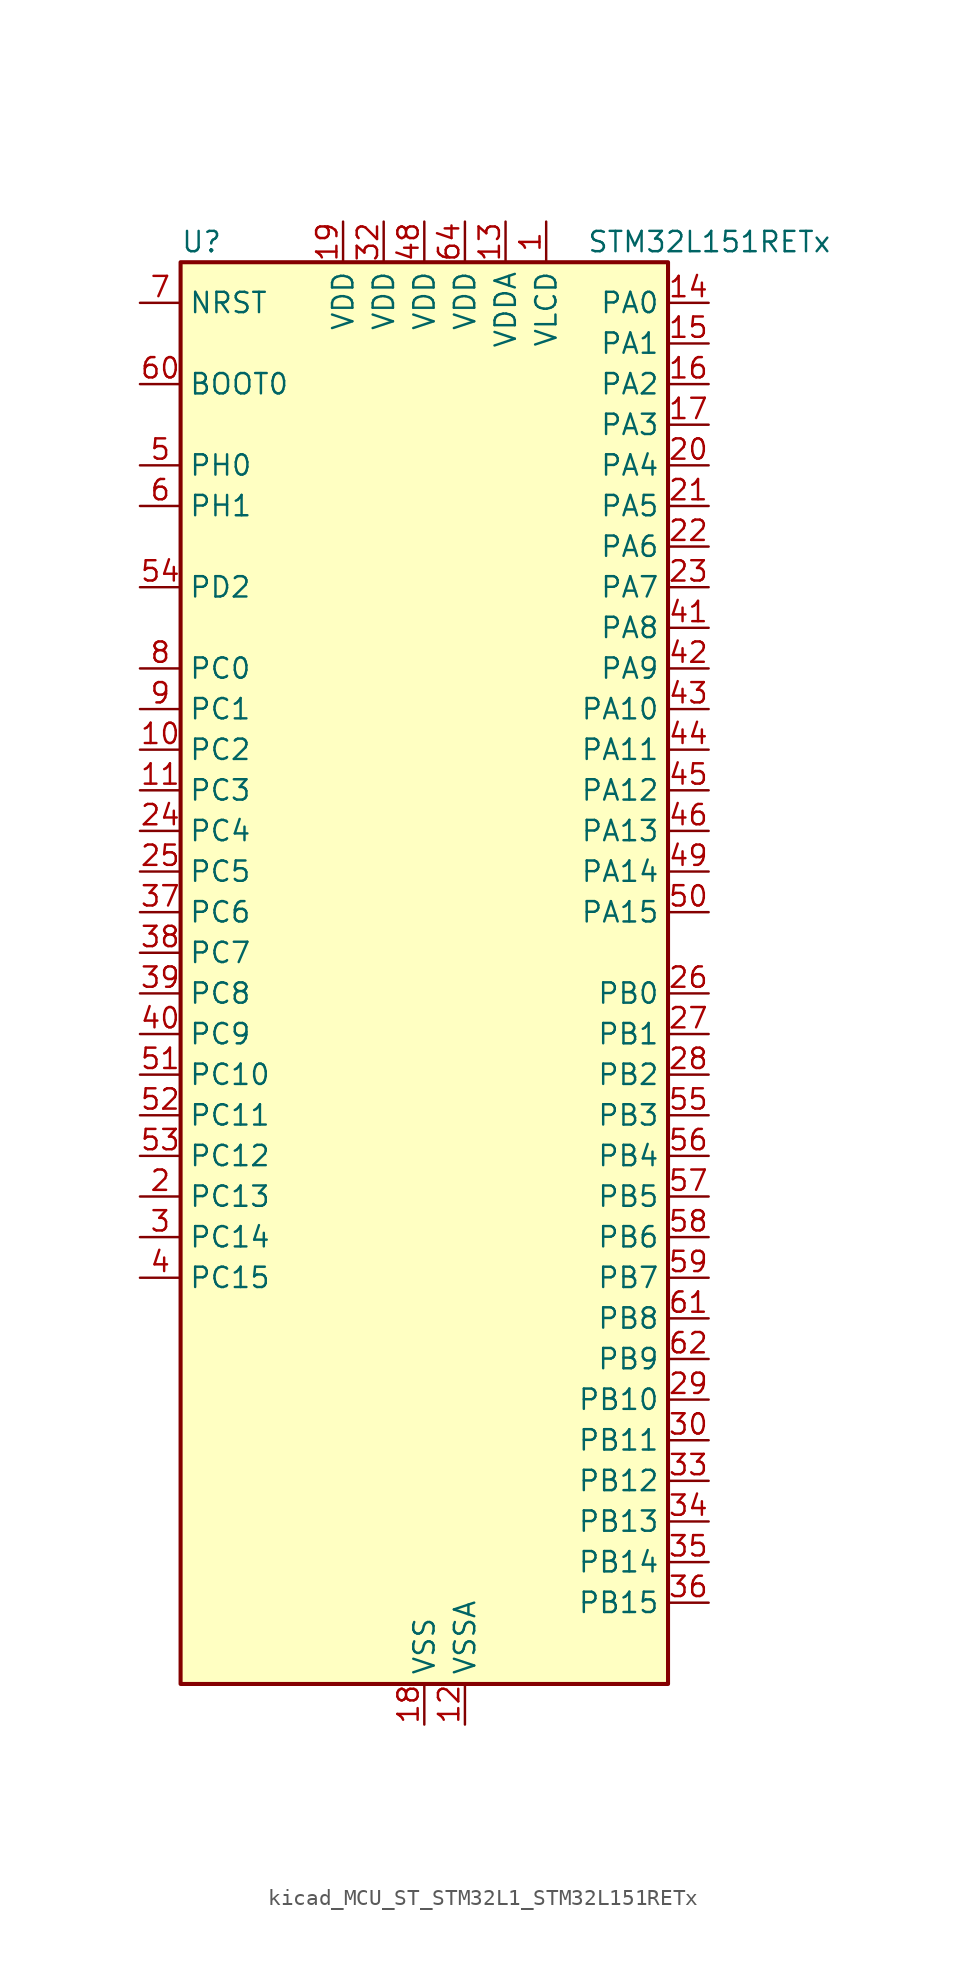
<source format=kicad_sym>
(kicad_symbol_lib
  (version 20220914)
  (generator kicad_symbol_editor)
  (symbol "kicad_MCU_ST_STM32L1_STM32L151RETx"
    (property "Reference" "U"
      (at -15.24 46.99 0)
      (effects (font (size 1.27 1.27)) (justify left)))
    (property "Value" "STM32L151RETx"
      (at 10.16 46.99 0)
      (effects (font (size 1.27 1.27)) (justify left)))
    (property "ki_locked" ""
      (at 0 0 0)
      (effects (font (size 1.27 1.27))))
    (symbol "kicad_MCU_ST_STM32L1_STM32L151RETx_0_1"
      (rectangle (start -15.24 -43.18) (end 15.24 45.72) (stroke (width 0.254) (type default)) (fill (type background))))
    (symbol "kicad_MCU_ST_STM32L1_STM32L151RETx_1_1"
      (pin power_in line (at 7.62 48.26 270) (length 2.54) (name "VLCD" (effects (font (size 1.27 1.27)))) (number "1" (effects (font (size 1.27 1.27)))))
      (pin bidirectional line (at -17.78 15.24 0) (length 2.54) (name "PC2" (effects (font (size 1.27 1.27)))) (number "10" (effects (font (size 1.27 1.27)))) (alternate "ADC_IN12" bidirectional line) (alternate "COMP1_INP" bidirectional line) (alternate "TIMX_IC3" bidirectional line) (alternate "TS_G8_IO3" bidirectional line))
      (pin bidirectional line (at -17.78 12.7 0) (length 2.54) (name "PC3" (effects (font (size 1.27 1.27)))) (number "11" (effects (font (size 1.27 1.27)))) (alternate "ADC_IN13" bidirectional line) (alternate "COMP1_INP" bidirectional line) (alternate "TIMX_IC4" bidirectional line) (alternate "TS_G8_IO4" bidirectional line))
      (pin power_in line (at 2.54 -45.72 90) (length 2.54) (name "VSSA" (effects (font (size 1.27 1.27)))) (number "12" (effects (font (size 1.27 1.27)))))
      (pin power_in line (at 5.08 48.26 270) (length 2.54) (name "VDDA" (effects (font (size 1.27 1.27)))) (number "13" (effects (font (size 1.27 1.27)))))
      (pin bidirectional line (at 17.78 43.18 180) (length 2.54) (name "PA0" (effects (font (size 1.27 1.27)))) (number "14" (effects (font (size 1.27 1.27)))) (alternate "ADC_IN0" bidirectional line) (alternate "COMP1_INP" bidirectional line) (alternate "RTC_TAMP2" bidirectional line) (alternate "SYS_WKUP1" bidirectional line) (alternate "TIM2_CH1" bidirectional line) (alternate "TIM2_ETR" bidirectional line) (alternate "TIM5_CH1" bidirectional line) (alternate "TIMX_IC1" bidirectional line) (alternate "TS_G1_IO1" bidirectional line) (alternate "USART2_CTS" bidirectional line))
      (pin bidirectional line (at 17.78 40.64 180) (length 2.54) (name "PA1" (effects (font (size 1.27 1.27)))) (number "15" (effects (font (size 1.27 1.27)))) (alternate "ADC_IN1" bidirectional line) (alternate "COMP1_INP" bidirectional line) (alternate "OPAMP1_VINP" bidirectional line) (alternate "TIM2_CH2" bidirectional line) (alternate "TIM5_CH2" bidirectional line) (alternate "TIMX_IC2" bidirectional line) (alternate "TS_G1_IO2" bidirectional line) (alternate "USART2_RTS" bidirectional line))
      (pin bidirectional line (at 17.78 38.1 180) (length 2.54) (name "PA2" (effects (font (size 1.27 1.27)))) (number "16" (effects (font (size 1.27 1.27)))) (alternate "ADC_IN2" bidirectional line) (alternate "COMP1_INP" bidirectional line) (alternate "OPAMP1_VINM" bidirectional line) (alternate "TIM2_CH3" bidirectional line) (alternate "TIM5_CH3" bidirectional line) (alternate "TIM9_CH1" bidirectional line) (alternate "TIMX_IC3" bidirectional line) (alternate "TS_G1_IO3" bidirectional line) (alternate "USART2_TX" bidirectional line))
      (pin bidirectional line (at 17.78 35.56 180) (length 2.54) (name "PA3" (effects (font (size 1.27 1.27)))) (number "17" (effects (font (size 1.27 1.27)))) (alternate "ADC_IN3" bidirectional line) (alternate "COMP1_INP" bidirectional line) (alternate "OPAMP1_VOUT" bidirectional line) (alternate "TIM2_CH4" bidirectional line) (alternate "TIM5_CH4" bidirectional line) (alternate "TIM9_CH2" bidirectional line) (alternate "TIMX_IC4" bidirectional line) (alternate "TS_G1_IO4" bidirectional line) (alternate "USART2_RX" bidirectional line))
      (pin power_in line (at 0 -45.72 90) (length 2.54) (name "VSS" (effects (font (size 1.27 1.27)))) (number "18" (effects (font (size 1.27 1.27)))))
      (pin power_in line (at -5.08 48.26 270) (length 2.54) (name "VDD" (effects (font (size 1.27 1.27)))) (number "19" (effects (font (size 1.27 1.27)))))
      (pin bidirectional line (at -17.78 -12.7 0) (length 2.54) (name "PC13" (effects (font (size 1.27 1.27)))) (number "2" (effects (font (size 1.27 1.27)))) (alternate "RTC_OUT_ALARM" bidirectional line) (alternate "RTC_OUT_CALIB" bidirectional line) (alternate "RTC_TAMP1" bidirectional line) (alternate "RTC_TS" bidirectional line) (alternate "SYS_WKUP2" bidirectional line) (alternate "TIMX_IC2" bidirectional line))
      (pin bidirectional line (at 17.78 33.02 180) (length 2.54) (name "PA4" (effects (font (size 1.27 1.27)))) (number "20" (effects (font (size 1.27 1.27)))) (alternate "ADC_IN4" bidirectional line) (alternate "COMP1_INP" bidirectional line) (alternate "DAC_OUT1" bidirectional line) (alternate "I2S3_WS" bidirectional line) (alternate "SPI1_NSS" bidirectional line) (alternate "SPI3_NSS" bidirectional line) (alternate "TIMX_IC1" bidirectional line) (alternate "USART2_CK" bidirectional line))
      (pin bidirectional line (at 17.78 30.48 180) (length 2.54) (name "PA5" (effects (font (size 1.27 1.27)))) (number "21" (effects (font (size 1.27 1.27)))) (alternate "ADC_IN5" bidirectional line) (alternate "COMP1_INP" bidirectional line) (alternate "DAC_OUT2" bidirectional line) (alternate "SPI1_SCK" bidirectional line) (alternate "TIM2_CH1" bidirectional line) (alternate "TIM2_ETR" bidirectional line) (alternate "TIMX_IC2" bidirectional line))
      (pin bidirectional line (at 17.78 27.94 180) (length 2.54) (name "PA6" (effects (font (size 1.27 1.27)))) (number "22" (effects (font (size 1.27 1.27)))) (alternate "ADC_IN6" bidirectional line) (alternate "COMP1_INP" bidirectional line) (alternate "OPAMP2_VINP" bidirectional line) (alternate "SPI1_MISO" bidirectional line) (alternate "TIM10_CH1" bidirectional line) (alternate "TIM3_CH1" bidirectional line) (alternate "TIMX_IC3" bidirectional line) (alternate "TS_G2_IO1" bidirectional line))
      (pin bidirectional line (at 17.78 25.4 180) (length 2.54) (name "PA7" (effects (font (size 1.27 1.27)))) (number "23" (effects (font (size 1.27 1.27)))) (alternate "ADC_IN7" bidirectional line) (alternate "COMP1_INP" bidirectional line) (alternate "OPAMP2_VINM" bidirectional line) (alternate "SPI1_MOSI" bidirectional line) (alternate "TIM11_CH1" bidirectional line) (alternate "TIM3_CH2" bidirectional line) (alternate "TIMX_IC4" bidirectional line) (alternate "TS_G2_IO2" bidirectional line))
      (pin bidirectional line (at -17.78 10.16 0) (length 2.54) (name "PC4" (effects (font (size 1.27 1.27)))) (number "24" (effects (font (size 1.27 1.27)))) (alternate "ADC_IN14" bidirectional line) (alternate "COMP1_INP" bidirectional line) (alternate "TIMX_IC1" bidirectional line) (alternate "TS_G9_IO1" bidirectional line))
      (pin bidirectional line (at -17.78 7.62 0) (length 2.54) (name "PC5" (effects (font (size 1.27 1.27)))) (number "25" (effects (font (size 1.27 1.27)))) (alternate "ADC_IN15" bidirectional line) (alternate "COMP1_INP" bidirectional line) (alternate "TIMX_IC2" bidirectional line) (alternate "TS_G9_IO2" bidirectional line))
      (pin bidirectional line (at 17.78 0 180) (length 2.54) (name "PB0" (effects (font (size 1.27 1.27)))) (number "26" (effects (font (size 1.27 1.27)))) (alternate "ADC_IN8" bidirectional line) (alternate "COMP1_INP" bidirectional line) (alternate "OPAMP2_VOUT" bidirectional line) (alternate "SYS_V_REF_OUT" bidirectional line) (alternate "TIM3_CH3" bidirectional line) (alternate "TS_G3_IO1" bidirectional line))
      (pin bidirectional line (at 17.78 -2.54 180) (length 2.54) (name "PB1" (effects (font (size 1.27 1.27)))) (number "27" (effects (font (size 1.27 1.27)))) (alternate "ADC_IN9" bidirectional line) (alternate "COMP1_INP" bidirectional line) (alternate "SYS_V_REF_OUT" bidirectional line) (alternate "TIM3_CH4" bidirectional line) (alternate "TS_G3_IO2" bidirectional line))
      (pin bidirectional line (at 17.78 -5.08 180) (length 2.54) (name "PB2" (effects (font (size 1.27 1.27)))) (number "28" (effects (font (size 1.27 1.27)))) (alternate "ADC_IN0b" bidirectional line) (alternate "TS_G3_IO3" bidirectional line))
      (pin bidirectional line (at 17.78 -25.4 180) (length 2.54) (name "PB10" (effects (font (size 1.27 1.27)))) (number "29" (effects (font (size 1.27 1.27)))) (alternate "I2C2_SCL" bidirectional line) (alternate "TIM2_CH3" bidirectional line) (alternate "USART3_TX" bidirectional line))
      (pin bidirectional line (at -17.78 -15.24 0) (length 2.54) (name "PC14" (effects (font (size 1.27 1.27)))) (number "3" (effects (font (size 1.27 1.27)))) (alternate "RCC_OSC32_IN" bidirectional line) (alternate "TIMX_IC3" bidirectional line))
      (pin bidirectional line (at 17.78 -27.94 180) (length 2.54) (name "PB11" (effects (font (size 1.27 1.27)))) (number "30" (effects (font (size 1.27 1.27)))) (alternate "ADC_EXTI11" bidirectional line) (alternate "I2C2_SDA" bidirectional line) (alternate "TIM2_CH4" bidirectional line) (alternate "USART3_RX" bidirectional line))
      (pin passive line (at 0 -45.72 90) (length 2.54) hide (name "VSS" (effects (font (size 1.27 1.27)))) (number "31" (effects (font (size 1.27 1.27)))))
      (pin power_in line (at -2.54 48.26 270) (length 2.54) (name "VDD" (effects (font (size 1.27 1.27)))) (number "32" (effects (font (size 1.27 1.27)))))
      (pin bidirectional line (at 17.78 -30.48 180) (length 2.54) (name "PB12" (effects (font (size 1.27 1.27)))) (number "33" (effects (font (size 1.27 1.27)))) (alternate "ADC_IN18" bidirectional line) (alternate "COMP1_INP" bidirectional line) (alternate "I2C2_SMBA" bidirectional line) (alternate "I2S2_WS" bidirectional line) (alternate "SPI2_NSS" bidirectional line) (alternate "TIM10_CH1" bidirectional line) (alternate "TS_G7_IO1" bidirectional line) (alternate "USART3_CK" bidirectional line))
      (pin bidirectional line (at 17.78 -33.02 180) (length 2.54) (name "PB13" (effects (font (size 1.27 1.27)))) (number "34" (effects (font (size 1.27 1.27)))) (alternate "ADC_IN19" bidirectional line) (alternate "COMP1_INP" bidirectional line) (alternate "I2S2_CK" bidirectional line) (alternate "SPI2_SCK" bidirectional line) (alternate "TIM9_CH1" bidirectional line) (alternate "TS_G7_IO2" bidirectional line) (alternate "USART3_CTS" bidirectional line))
      (pin bidirectional line (at 17.78 -35.56 180) (length 2.54) (name "PB14" (effects (font (size 1.27 1.27)))) (number "35" (effects (font (size 1.27 1.27)))) (alternate "ADC_IN20" bidirectional line) (alternate "COMP1_INP" bidirectional line) (alternate "SPI2_MISO" bidirectional line) (alternate "TIM9_CH2" bidirectional line) (alternate "TS_G7_IO3" bidirectional line) (alternate "USART3_RTS" bidirectional line))
      (pin bidirectional line (at 17.78 -38.1 180) (length 2.54) (name "PB15" (effects (font (size 1.27 1.27)))) (number "36" (effects (font (size 1.27 1.27)))) (alternate "ADC_EXTI15" bidirectional line) (alternate "ADC_IN21" bidirectional line) (alternate "COMP1_INP" bidirectional line) (alternate "I2S2_SD" bidirectional line) (alternate "RTC_REFIN" bidirectional line) (alternate "SPI2_MOSI" bidirectional line) (alternate "TIM11_CH1" bidirectional line) (alternate "TS_G7_IO4" bidirectional line))
      (pin bidirectional line (at -17.78 5.08 0) (length 2.54) (name "PC6" (effects (font (size 1.27 1.27)))) (number "37" (effects (font (size 1.27 1.27)))) (alternate "I2S2_MCK" bidirectional line) (alternate "TIM3_CH1" bidirectional line) (alternate "TIMX_IC3" bidirectional line) (alternate "TS_G10_IO1" bidirectional line))
      (pin bidirectional line (at -17.78 2.54 0) (length 2.54) (name "PC7" (effects (font (size 1.27 1.27)))) (number "38" (effects (font (size 1.27 1.27)))) (alternate "I2S3_MCK" bidirectional line) (alternate "TIM3_CH2" bidirectional line) (alternate "TIMX_IC4" bidirectional line) (alternate "TS_G10_IO2" bidirectional line))
      (pin bidirectional line (at -17.78 0 0) (length 2.54) (name "PC8" (effects (font (size 1.27 1.27)))) (number "39" (effects (font (size 1.27 1.27)))) (alternate "TIM3_CH3" bidirectional line) (alternate "TIMX_IC1" bidirectional line) (alternate "TS_G10_IO3" bidirectional line))
      (pin bidirectional line (at -17.78 -17.78 0) (length 2.54) (name "PC15" (effects (font (size 1.27 1.27)))) (number "4" (effects (font (size 1.27 1.27)))) (alternate "ADC_EXTI15" bidirectional line) (alternate "RCC_OSC32_OUT" bidirectional line) (alternate "TIMX_IC4" bidirectional line))
      (pin bidirectional line (at -17.78 -2.54 0) (length 2.54) (name "PC9" (effects (font (size 1.27 1.27)))) (number "40" (effects (font (size 1.27 1.27)))) (alternate "DAC_EXTI9" bidirectional line) (alternate "TIM3_CH4" bidirectional line) (alternate "TIMX_IC2" bidirectional line) (alternate "TS_G10_IO4" bidirectional line))
      (pin bidirectional line (at 17.78 22.86 180) (length 2.54) (name "PA8" (effects (font (size 1.27 1.27)))) (number "41" (effects (font (size 1.27 1.27)))) (alternate "RCC_MCO" bidirectional line) (alternate "TIMX_IC1" bidirectional line) (alternate "TS_G4_IO1" bidirectional line) (alternate "USART1_CK" bidirectional line))
      (pin bidirectional line (at 17.78 20.32 180) (length 2.54) (name "PA9" (effects (font (size 1.27 1.27)))) (number "42" (effects (font (size 1.27 1.27)))) (alternate "DAC_EXTI9" bidirectional line) (alternate "TIMX_IC2" bidirectional line) (alternate "TS_G4_IO2" bidirectional line) (alternate "USART1_TX" bidirectional line))
      (pin bidirectional line (at 17.78 17.78 180) (length 2.54) (name "PA10" (effects (font (size 1.27 1.27)))) (number "43" (effects (font (size 1.27 1.27)))) (alternate "TIMX_IC3" bidirectional line) (alternate "TS_G4_IO3" bidirectional line) (alternate "USART1_RX" bidirectional line))
      (pin bidirectional line (at 17.78 15.24 180) (length 2.54) (name "PA11" (effects (font (size 1.27 1.27)))) (number "44" (effects (font (size 1.27 1.27)))) (alternate "ADC_EXTI11" bidirectional line) (alternate "SPI1_MISO" bidirectional line) (alternate "TIMX_IC4" bidirectional line) (alternate "USART1_CTS" bidirectional line) (alternate "USB_DM" bidirectional line))
      (pin bidirectional line (at 17.78 12.7 180) (length 2.54) (name "PA12" (effects (font (size 1.27 1.27)))) (number "45" (effects (font (size 1.27 1.27)))) (alternate "SPI1_MOSI" bidirectional line) (alternate "TIMX_IC1" bidirectional line) (alternate "USART1_RTS" bidirectional line) (alternate "USB_DP" bidirectional line))
      (pin bidirectional line (at 17.78 10.16 180) (length 2.54) (name "PA13" (effects (font (size 1.27 1.27)))) (number "46" (effects (font (size 1.27 1.27)))) (alternate "SYS_JTMS-SWDIO" bidirectional line) (alternate "TIMX_IC2" bidirectional line) (alternate "TS_G5_IO1" bidirectional line))
      (pin passive line (at 0 -45.72 90) (length 2.54) hide (name "VSS" (effects (font (size 1.27 1.27)))) (number "47" (effects (font (size 1.27 1.27)))))
      (pin power_in line (at 0 48.26 270) (length 2.54) (name "VDD" (effects (font (size 1.27 1.27)))) (number "48" (effects (font (size 1.27 1.27)))))
      (pin bidirectional line (at 17.78 7.62 180) (length 2.54) (name "PA14" (effects (font (size 1.27 1.27)))) (number "49" (effects (font (size 1.27 1.27)))) (alternate "SYS_JTCK-SWCLK" bidirectional line) (alternate "TIMX_IC3" bidirectional line) (alternate "TS_G5_IO2" bidirectional line))
      (pin bidirectional line (at -17.78 33.02 0) (length 2.54) (name "PH0" (effects (font (size 1.27 1.27)))) (number "5" (effects (font (size 1.27 1.27)))) (alternate "RCC_OSC_IN" bidirectional line))
      (pin bidirectional line (at 17.78 5.08 180) (length 2.54) (name "PA15" (effects (font (size 1.27 1.27)))) (number "50" (effects (font (size 1.27 1.27)))) (alternate "ADC_EXTI15" bidirectional line) (alternate "I2S3_WS" bidirectional line) (alternate "SPI1_NSS" bidirectional line) (alternate "SPI3_NSS" bidirectional line) (alternate "SYS_JTDI" bidirectional line) (alternate "TIM2_CH1" bidirectional line) (alternate "TIM2_ETR" bidirectional line) (alternate "TIMX_IC4" bidirectional line) (alternate "TS_G5_IO3" bidirectional line))
      (pin bidirectional line (at -17.78 -5.08 0) (length 2.54) (name "PC10" (effects (font (size 1.27 1.27)))) (number "51" (effects (font (size 1.27 1.27)))) (alternate "I2S3_CK" bidirectional line) (alternate "SPI3_SCK" bidirectional line) (alternate "TIMX_IC3" bidirectional line) (alternate "UART4_TX" bidirectional line) (alternate "USART3_TX" bidirectional line))
      (pin bidirectional line (at -17.78 -7.62 0) (length 2.54) (name "PC11" (effects (font (size 1.27 1.27)))) (number "52" (effects (font (size 1.27 1.27)))) (alternate "ADC_EXTI11" bidirectional line) (alternate "SPI3_MISO" bidirectional line) (alternate "TIMX_IC4" bidirectional line) (alternate "UART4_RX" bidirectional line) (alternate "USART3_RX" bidirectional line))
      (pin bidirectional line (at -17.78 -10.16 0) (length 2.54) (name "PC12" (effects (font (size 1.27 1.27)))) (number "53" (effects (font (size 1.27 1.27)))) (alternate "I2S3_SD" bidirectional line) (alternate "SPI3_MOSI" bidirectional line) (alternate "TIMX_IC1" bidirectional line) (alternate "UART5_TX" bidirectional line) (alternate "USART3_CK" bidirectional line))
      (pin bidirectional line (at -17.78 25.4 0) (length 2.54) (name "PD2" (effects (font (size 1.27 1.27)))) (number "54" (effects (font (size 1.27 1.27)))) (alternate "TIM3_ETR" bidirectional line) (alternate "TIMX_IC3" bidirectional line) (alternate "UART5_RX" bidirectional line))
      (pin bidirectional line (at 17.78 -7.62 180) (length 2.54) (name "PB3" (effects (font (size 1.27 1.27)))) (number "55" (effects (font (size 1.27 1.27)))) (alternate "COMP2_INM" bidirectional line) (alternate "I2S3_CK" bidirectional line) (alternate "SPI1_SCK" bidirectional line) (alternate "SPI3_SCK" bidirectional line) (alternate "SYS_JTDO-TRACESWO" bidirectional line) (alternate "TIM2_CH2" bidirectional line))
      (pin bidirectional line (at 17.78 -10.16 180) (length 2.54) (name "PB4" (effects (font (size 1.27 1.27)))) (number "56" (effects (font (size 1.27 1.27)))) (alternate "COMP2_INP" bidirectional line) (alternate "SPI1_MISO" bidirectional line) (alternate "SPI3_MISO" bidirectional line) (alternate "SYS_JTRST" bidirectional line) (alternate "TIM3_CH1" bidirectional line) (alternate "TS_G6_IO1" bidirectional line))
      (pin bidirectional line (at 17.78 -12.7 180) (length 2.54) (name "PB5" (effects (font (size 1.27 1.27)))) (number "57" (effects (font (size 1.27 1.27)))) (alternate "COMP2_INP" bidirectional line) (alternate "I2C1_SMBA" bidirectional line) (alternate "I2S3_SD" bidirectional line) (alternate "SPI1_MOSI" bidirectional line) (alternate "SPI3_MOSI" bidirectional line) (alternate "TIM3_CH2" bidirectional line) (alternate "TS_G6_IO2" bidirectional line))
      (pin bidirectional line (at 17.78 -15.24 180) (length 2.54) (name "PB6" (effects (font (size 1.27 1.27)))) (number "58" (effects (font (size 1.27 1.27)))) (alternate "COMP2_INP" bidirectional line) (alternate "I2C1_SCL" bidirectional line) (alternate "TIM4_CH1" bidirectional line) (alternate "TS_G6_IO3" bidirectional line) (alternate "USART1_TX" bidirectional line))
      (pin bidirectional line (at 17.78 -17.78 180) (length 2.54) (name "PB7" (effects (font (size 1.27 1.27)))) (number "59" (effects (font (size 1.27 1.27)))) (alternate "COMP2_INP" bidirectional line) (alternate "I2C1_SDA" bidirectional line) (alternate "SYS_PVD_IN" bidirectional line) (alternate "TIM4_CH2" bidirectional line) (alternate "TS_G6_IO4" bidirectional line) (alternate "USART1_RX" bidirectional line))
      (pin bidirectional line (at -17.78 30.48 0) (length 2.54) (name "PH1" (effects (font (size 1.27 1.27)))) (number "6" (effects (font (size 1.27 1.27)))) (alternate "RCC_OSC_OUT" bidirectional line))
      (pin input line (at -17.78 38.1 0) (length 2.54) (name "BOOT0" (effects (font (size 1.27 1.27)))) (number "60" (effects (font (size 1.27 1.27)))))
      (pin bidirectional line (at 17.78 -20.32 180) (length 2.54) (name "PB8" (effects (font (size 1.27 1.27)))) (number "61" (effects (font (size 1.27 1.27)))) (alternate "I2C1_SCL" bidirectional line) (alternate "TIM10_CH1" bidirectional line) (alternate "TIM4_CH3" bidirectional line))
      (pin bidirectional line (at 17.78 -22.86 180) (length 2.54) (name "PB9" (effects (font (size 1.27 1.27)))) (number "62" (effects (font (size 1.27 1.27)))) (alternate "DAC_EXTI9" bidirectional line) (alternate "I2C1_SDA" bidirectional line) (alternate "TIM11_CH1" bidirectional line) (alternate "TIM4_CH4" bidirectional line))
      (pin passive line (at 0 -45.72 90) (length 2.54) hide (name "VSS" (effects (font (size 1.27 1.27)))) (number "63" (effects (font (size 1.27 1.27)))))
      (pin power_in line (at 2.54 48.26 270) (length 2.54) (name "VDD" (effects (font (size 1.27 1.27)))) (number "64" (effects (font (size 1.27 1.27)))))
      (pin input line (at -17.78 43.18 0) (length 2.54) (name "NRST" (effects (font (size 1.27 1.27)))) (number "7" (effects (font (size 1.27 1.27)))))
      (pin bidirectional line (at -17.78 20.32 0) (length 2.54) (name "PC0" (effects (font (size 1.27 1.27)))) (number "8" (effects (font (size 1.27 1.27)))) (alternate "ADC_IN10" bidirectional line) (alternate "COMP1_INP" bidirectional line) (alternate "TIMX_IC1" bidirectional line) (alternate "TS_G8_IO1" bidirectional line))
      (pin bidirectional line (at -17.78 17.78 0) (length 2.54) (name "PC1" (effects (font (size 1.27 1.27)))) (number "9" (effects (font (size 1.27 1.27)))) (alternate "ADC_IN11" bidirectional line) (alternate "COMP1_INP" bidirectional line) (alternate "TIMX_IC2" bidirectional line) (alternate "TS_G8_IO2" bidirectional line)))))
</source>
